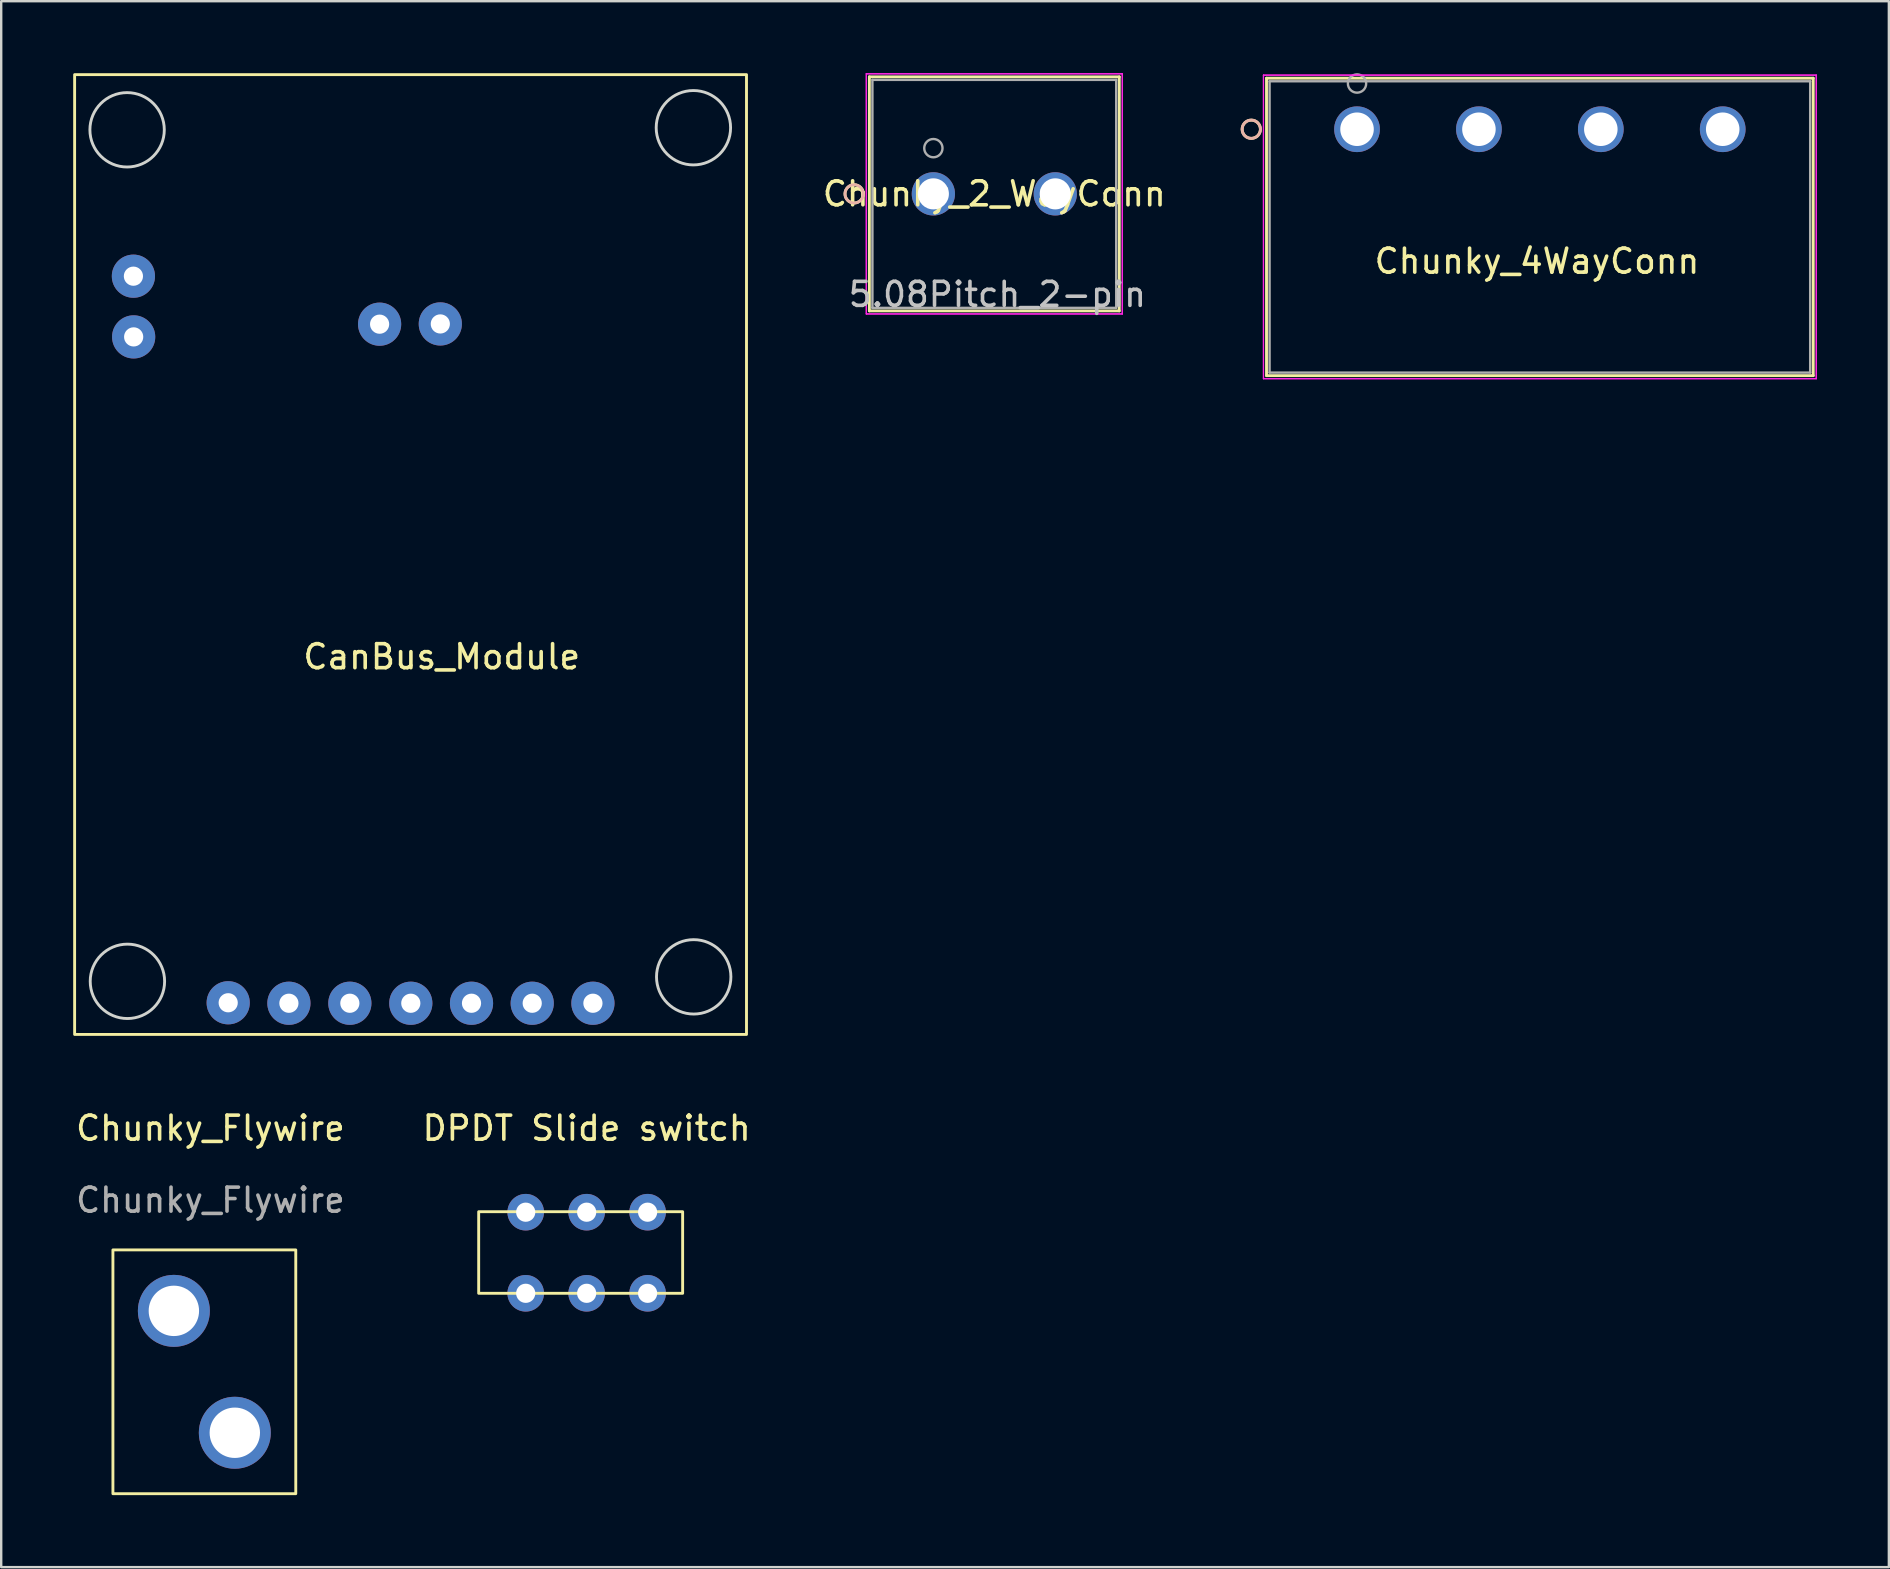
<source format=kicad_pcb>
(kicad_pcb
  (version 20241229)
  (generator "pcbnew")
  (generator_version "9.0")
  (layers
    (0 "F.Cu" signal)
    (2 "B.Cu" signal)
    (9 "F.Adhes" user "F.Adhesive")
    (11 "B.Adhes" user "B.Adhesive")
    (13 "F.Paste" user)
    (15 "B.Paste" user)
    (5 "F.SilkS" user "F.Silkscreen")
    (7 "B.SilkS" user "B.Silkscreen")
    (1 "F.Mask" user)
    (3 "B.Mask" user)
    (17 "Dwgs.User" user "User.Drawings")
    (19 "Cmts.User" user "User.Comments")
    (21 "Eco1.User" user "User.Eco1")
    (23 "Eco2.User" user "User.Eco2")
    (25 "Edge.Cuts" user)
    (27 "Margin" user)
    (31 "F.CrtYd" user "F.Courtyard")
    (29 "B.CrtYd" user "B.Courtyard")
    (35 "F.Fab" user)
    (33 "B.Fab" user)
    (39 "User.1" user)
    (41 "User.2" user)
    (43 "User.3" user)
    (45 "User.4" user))
  (footprint "CanBus_Module"
    (layer "F.Cu")
    (at 14.46 23.02)
    (property "Reference" "CanBus_Module" (at 0.9 1.3 0) (unlocked yes) (layer "F.SilkS") (effects (font (size 1 1) (thickness 0.15))))
    (attr through_hole)
    (fp_rect (start -14.4 -22.96) (end 13.6 17.04) (stroke (width 0.12) (type solid)) (fill no) (layer "F.SilkS"))
    (fp_circle (center -12.213 -20.66) (end -10.663 -20.66) (stroke (width 0.12) (type solid)) (fill no) (layer "Edge.Cuts"))
    (fp_circle (center -12.2 14.827) (end -10.65 14.827) (stroke (width 0.12) (type solid)) (fill no) (layer "Edge.Cuts"))
    (fp_circle (center 11.387 -20.747) (end 12.937 -20.747) (stroke (width 0.12) (type solid)) (fill no) (layer "Edge.Cuts"))
    (fp_circle (center 11.4 14.64) (end 12.95 14.64) (stroke (width 0.12) (type solid)) (fill no) (layer "Edge.Cuts"))
    (pad "1" thru_hole circle (at 7.2 15.74) (size 1.8 1.8) (drill 0.8) (layers "*.Cu" "*.Mask"))
    (pad "2" thru_hole circle (at 4.67 15.74) (size 1.8 1.8) (drill 0.8) (layers "*.Cu" "*.Mask"))
    (pad "3" thru_hole circle (at 2.14 15.74) (size 1.8 1.8) (drill 0.8) (layers "*.Cu" "*.Mask"))
    (pad "4" thru_hole circle (at -0.39 15.74) (size 1.8 1.8) (drill 0.8) (layers "*.Cu" "*.Mask"))
    (pad "5" thru_hole circle (at -2.93 15.74) (size 1.8 1.8) (drill 0.8) (layers "*.Cu" "*.Mask"))
    (pad "6" thru_hole circle (at -5.47 15.74) (size 1.8 1.8) (drill 0.8) (layers "*.Cu" "*.Mask"))
    (pad "7" thru_hole circle (at -8 15.72) (size 1.8 1.8) (drill 0.8) (layers "*.Cu" "*.Mask"))
    (pad "8" thru_hole circle (at 0.84 -12.57) (size 1.8 1.8) (drill 0.8) (layers "*.Cu" "*.Mask"))
    (pad "9" thru_hole circle (at -1.69 -12.56) (size 1.8 1.8) (drill 0.8) (layers "*.Cu" "*.Mask"))
    (pad "10" thru_hole circle (at -11.94 -12.03 90) (size 1.8 1.8) (drill 0.8) (layers "*.Cu" "*.Mask"))
    (pad "11" thru_hole circle (at -11.95 -14.56 90) (size 1.8 1.8) (drill 0.8) (layers "*.Cu" "*.Mask")))
  (footprint "Chunky_2_WayConn"
    (layer "F.Cu")
    (at 35.848 5.029)
    (property "Reference" "Chunky_2_WayConn" (at 2.54 0 0) (layer "F.SilkS") (effects (font (size 1 1) (thickness 0.15))))
    (attr through_hole)
    (fp_line (start -2.667 -4.877) (end -2.667 4.877) (stroke (width 0.12) (type solid)) (layer "F.SilkS"))
    (fp_line (start -2.667 4.877) (end 7.747 4.877) (stroke (width 0.12) (type solid)) (layer "F.SilkS"))
    (fp_line (start 7.747 -4.877) (end -2.667 -4.877) (stroke (width 0.12) (type solid)) (layer "F.SilkS"))
    (fp_line (start 7.747 4.877) (end 7.747 -4.877) (stroke (width 0.12) (type solid)) (layer "F.SilkS"))
    (fp_circle (center -3.302 0) (end -2.921 0) (stroke (width 0.12) (type solid)) (fill no) (layer "F.SilkS"))
    (fp_circle (center -3.302 0) (end -2.921 0) (stroke (width 0.12) (type solid)) (fill no) (layer "B.SilkS"))
    (fp_line (start -2.794 -5.004) (end -2.794 5.004) (stroke (width 0.05) (type solid)) (layer "F.CrtYd"))
    (fp_line (start -2.794 -5.004) (end -2.794 5.004) (stroke (width 0.05) (type solid)) (layer "F.CrtYd"))
    (fp_line (start -2.794 5.004) (end 7.874 5.004) (stroke (width 0.05) (type solid)) (layer "F.CrtYd"))
    (fp_line (start -2.794 5.004) (end 7.874 5.004) (stroke (width 0.05) (type solid)) (layer "F.CrtYd"))
    (fp_line (start 7.874 -5.004) (end -2.794 -5.004) (stroke (width 0.05) (type solid)) (layer "F.CrtYd"))
    (fp_line (start 7.874 -5.004) (end -2.794 -5.004) (stroke (width 0.05) (type solid)) (layer "F.CrtYd"))
    (fp_line (start 7.874 5.004) (end 7.874 -5.004) (stroke (width 0.05) (type solid)) (layer "F.CrtYd"))
    (fp_line (start 7.874 5.004) (end 7.874 -5.004) (stroke (width 0.05) (type solid)) (layer "F.CrtYd"))
    (fp_line (start -2.54 -4.75) (end -2.54 4.75) (stroke (width 0.1) (type solid)) (layer "F.Fab"))
    (fp_line (start -2.54 4.75) (end 7.62 4.75) (stroke (width 0.1) (type solid)) (layer "F.Fab"))
    (fp_line (start 7.62 -4.75) (end -2.54 -4.75) (stroke (width 0.1) (type solid)) (layer "F.Fab"))
    (fp_line (start 7.62 4.75) (end 7.62 -4.75) (stroke (width 0.1) (type solid)) (layer "F.Fab"))
    (fp_circle (center 0 -1.905) (end 0.381 -1.905) (stroke (width 0.1) (type solid)) (fill no) (layer "F.Fab"))
    (fp_text user "*" (at 0 0 0) (layer "F.SilkS") (effects (font (size 1 1) (thickness 0.15))))
    (fp_text user "5.08Pitch_2-pin" (at 2.667 4.191 0) (layer "Dwgs.User") (effects (font (size 1 1) (thickness 0.15))))
    (fp_text user "*" (at 0 0 0) (layer "F.Fab") (effects (font (size 1 1) (thickness 0.15))))
    (pad "1" thru_hole circle (at 0 0) (size 1.803 1.803) (drill 1.295) (layers "*.Cu" "*.Mask"))
    (pad "2" thru_hole circle (at 5.08 0) (size 1.803 1.803) (drill 1.295) (layers "*.Cu" "*.Mask")))
  (footprint "Chunky_Flywire"
    (layer "F.Cu")
    (at 5.72 44.468)
    (property "Reference" "Chunky_Flywire" (at 0 -0.5 0) (unlocked yes) (layer "F.SilkS") (effects (font (size 1 1) (thickness 0.15))))
    (attr through_hole)
    (fp_rect (start -4.064 4.572) (end 3.556 14.732) (stroke (width 0.12) (type solid)) (fill no) (layer "F.SilkS"))
    (fp_text user "${REFERENCE}" (at 0 2.5 0) (unlocked yes) (layer "F.Fab") (effects (font (size 1 1) (thickness 0.15))))
    (pad "1" thru_hole circle (at -1.524 7.112) (size 3 3) (drill 2.1) (layers "*.Cu" "*.Mask"))
    (pad "2" thru_hole circle (at 1.016 12.192) (size 3 3) (drill 2.1) (layers "*.Cu" "*.Mask")))
  (footprint "DPDT Slide switch"
    (layer "F.Cu")
    (at 21.399 44.468)
    (property "Reference" "DPDT Slide switch" (at 0 -0.5 0) (unlocked yes) (layer "F.SilkS") (effects (font (size 1 1) (thickness 0.15))))
    (attr through_hole)
    (fp_rect (start -4.5 2.98) (end 4 6.38) (stroke (width 0.12) (type solid)) (fill no) (layer "F.SilkS"))
    (pad "1" thru_hole circle (at -2.54 3) (size 1.524 1.524) (drill 0.8) (layers "*.Cu" "*.Mask"))
    (pad "1" thru_hole circle (at -2.54 6.38) (size 1.524 1.524) (drill 0.8) (layers "*.Cu" "*.Mask"))
    (pad "2" thru_hole circle (at 0 3) (size 1.524 1.524) (drill 0.8) (layers "*.Cu" "*.Mask"))
    (pad "2" thru_hole circle (at 0 6.38) (size 1.524 1.524) (drill 0.8) (layers "*.Cu" "*.Mask"))
    (pad "3" thru_hole circle (at 2.54 3) (size 1.524 1.524) (drill 0.8) (layers "*.Cu" "*.Mask"))
    (pad "3" thru_hole circle (at 2.54 6.38) (size 1.524 1.524) (drill 0.8) (layers "*.Cu" "*.Mask")))
  (footprint "Chunky_4WayConn"
    (layer "F.Cu")
    (at 53.504 2.336)
    (property "Reference" "Chunky_4WayConn" (at 7.5 5.5 0) (layer "F.SilkS") (effects (font (size 1 1) (thickness 0.15))))
    (attr through_hole)
    (fp_line (start -3.772 -2.127) (end -3.772 10.268) (stroke (width 0.12) (type solid)) (layer "F.SilkS"))
    (fp_line (start -3.772 10.268) (end 19.012 10.268) (stroke (width 0.12) (type solid)) (layer "F.SilkS"))
    (fp_line (start 19.012 -2.127) (end -3.772 -2.127) (stroke (width 0.12) (type solid)) (layer "F.SilkS"))
    (fp_line (start 19.012 10.268) (end 19.012 -2.127) (stroke (width 0.12) (type solid)) (layer "F.SilkS"))
    (fp_circle (center -4.407 0) (end -4.026 0) (stroke (width 0.12) (type solid)) (fill no) (layer "F.SilkS"))
    (fp_circle (center -4.407 0) (end -4.026 0) (stroke (width 0.12) (type solid)) (fill no) (layer "B.SilkS"))
    (fp_line (start -3.899 -2.254) (end -3.899 10.395) (stroke (width 0.05) (type solid)) (layer "F.CrtYd"))
    (fp_line (start -3.899 -2.254) (end -3.899 10.395) (stroke (width 0.05) (type solid)) (layer "F.CrtYd"))
    (fp_line (start -3.899 10.395) (end 19.139 10.395) (stroke (width 0.05) (type solid)) (layer "F.CrtYd"))
    (fp_line (start -3.899 10.395) (end 19.139 10.395) (stroke (width 0.05) (type solid)) (layer "F.CrtYd"))
    (fp_line (start 19.139 -2.254) (end -3.899 -2.254) (stroke (width 0.05) (type solid)) (layer "F.CrtYd"))
    (fp_line (start 19.139 -2.254) (end -3.899 -2.254) (stroke (width 0.05) (type solid)) (layer "F.CrtYd"))
    (fp_line (start 19.139 10.395) (end 19.139 -2.254) (stroke (width 0.05) (type solid)) (layer "F.CrtYd"))
    (fp_line (start 19.139 10.395) (end 19.139 -2.254) (stroke (width 0.05) (type solid)) (layer "F.CrtYd"))
    (fp_line (start -3.645 -2) (end -3.645 10.141) (stroke (width 0.1) (type solid)) (layer "F.Fab"))
    (fp_line (start -3.645 10.141) (end 18.885 10.141) (stroke (width 0.1) (type solid)) (layer "F.Fab"))
    (fp_line (start 18.885 -2) (end -3.645 -2) (stroke (width 0.1) (type solid)) (layer "F.Fab"))
    (fp_line (start 18.885 10.141) (end 18.885 -2) (stroke (width 0.1) (type solid)) (layer "F.Fab"))
    (fp_circle (center 0 -1.905) (end 0.381 -1.905) (stroke (width 0.1) (type solid)) (fill no) (layer "F.Fab"))
    (fp_text user "*" (at 0 0 0) (layer "F.SilkS") (effects (font (size 1 1) (thickness 0.15))))
    (fp_text user "Copyright 2021 Accelerated Designs. All rights reserved." (at 0 0 0) (layer "Cmts.User") (effects (font (size 0.127 0.127) (thickness 0.002))))
    (fp_text user "*" (at 0 0 0) (layer "F.Fab") (effects (font (size 1 1) (thickness 0.15))))
    (pad "1" thru_hole circle (at 0 0) (size 1.905 1.905) (drill 1.397) (layers "*.Cu" "*.Mask"))
    (pad "2" thru_hole circle (at 5.08 0) (size 1.905 1.905) (drill 1.397) (layers "*.Cu" "*.Mask"))
    (pad "3" thru_hole circle (at 10.16 0) (size 1.905 1.905) (drill 1.397) (layers "*.Cu" "*.Mask"))
    (pad "4" thru_hole circle (at 15.24 0) (size 1.905 1.905) (drill 1.397) (layers "*.Cu" "*.Mask")))
  (gr_rect
    (start -3 -3)
    (end 75.668 62.26)
    (stroke (width 0.1) (type default))
    (fill no)
    (layer "Edge.Cuts")))
</source>
